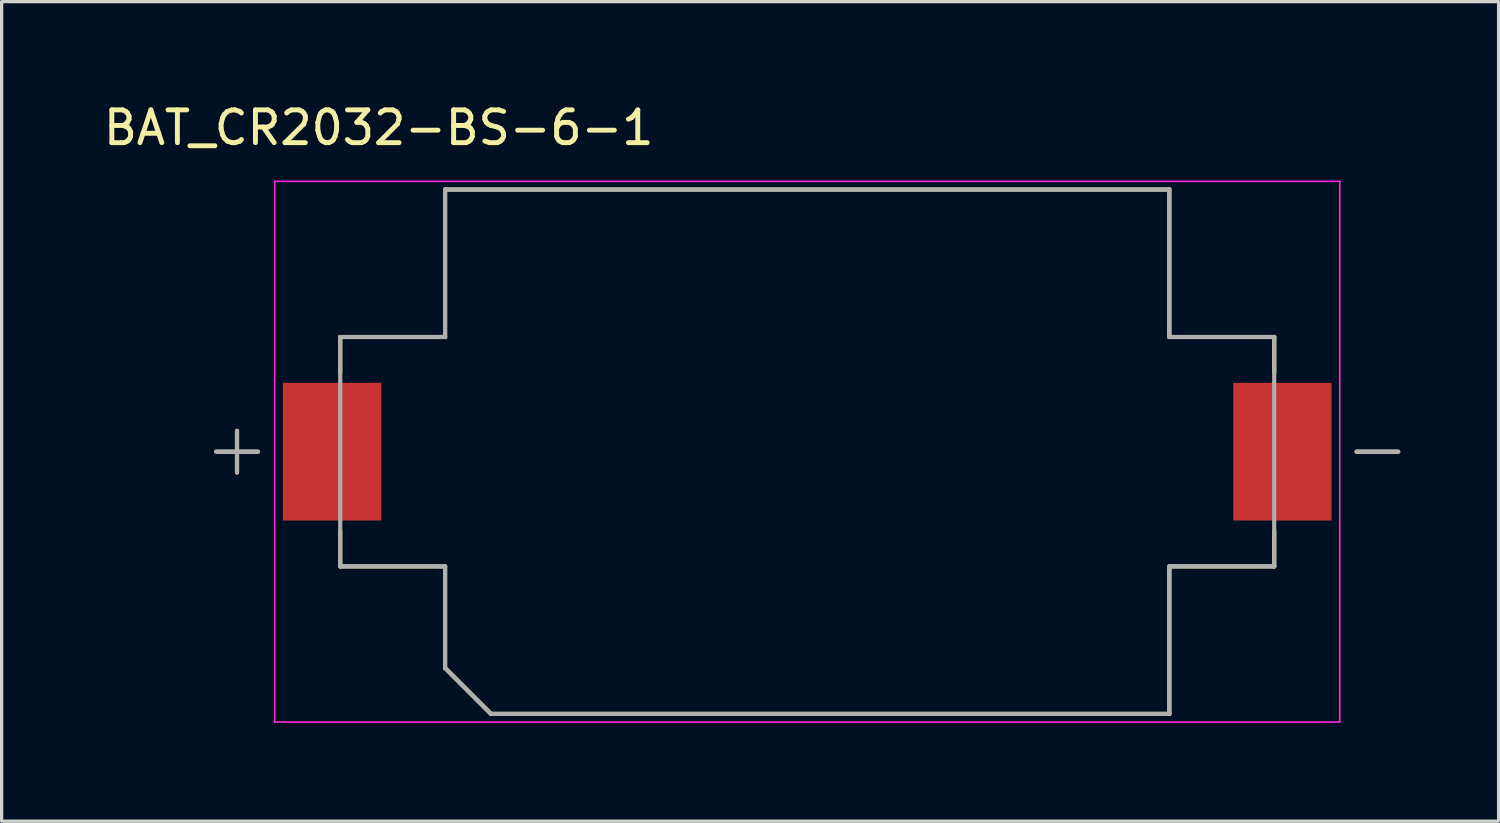
<source format=kicad_pcb>
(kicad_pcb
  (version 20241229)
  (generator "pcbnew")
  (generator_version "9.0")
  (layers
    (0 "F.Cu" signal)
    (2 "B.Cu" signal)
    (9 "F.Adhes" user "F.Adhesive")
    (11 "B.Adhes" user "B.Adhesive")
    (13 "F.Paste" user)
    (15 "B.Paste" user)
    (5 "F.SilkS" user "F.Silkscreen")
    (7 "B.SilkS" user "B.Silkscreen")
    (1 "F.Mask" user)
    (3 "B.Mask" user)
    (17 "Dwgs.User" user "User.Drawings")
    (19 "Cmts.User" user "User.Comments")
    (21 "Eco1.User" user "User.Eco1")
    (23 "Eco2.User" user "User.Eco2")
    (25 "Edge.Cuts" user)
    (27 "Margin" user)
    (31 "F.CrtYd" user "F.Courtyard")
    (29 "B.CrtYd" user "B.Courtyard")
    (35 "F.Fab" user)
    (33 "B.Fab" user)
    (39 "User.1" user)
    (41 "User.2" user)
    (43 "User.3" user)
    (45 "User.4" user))
  (footprint "BAT_CR2032-BS-6-1"
    (layer "F.Cu")
    (at 21.581 10.733)
    (property "Reference" "BAT_CR2032-BS-6-1" (at -13.075 -9.885 0) (layer "F.SilkS") (effects (font (size 1 1) (thickness 0.15))))
    (attr smd)
    (fp_line (start -17.399 0.635) (end -17.399 -0.635) (stroke (width 0.127) (type solid)) (layer "F.SilkS"))
    (fp_line (start -16.764 0) (end -18.034 0) (stroke (width 0.127) (type solid)) (layer "F.SilkS"))
    (fp_line (start -14.25 -3.5) (end -14.25 -2.42) (stroke (width 0.127) (type solid)) (layer "F.SilkS"))
    (fp_line (start -14.25 2.42) (end -14.25 3.5) (stroke (width 0.127) (type solid)) (layer "F.SilkS"))
    (fp_line (start -14.25 3.5) (end -11.05 3.5) (stroke (width 0.127) (type solid)) (layer "F.SilkS"))
    (fp_line (start -11.05 -8) (end 11.05 -8) (stroke (width 0.127) (type solid)) (layer "F.SilkS"))
    (fp_line (start -11.05 -3.5) (end -14.25 -3.5) (stroke (width 0.127) (type solid)) (layer "F.SilkS"))
    (fp_line (start -11.05 -3.5) (end -11.05 -8) (stroke (width 0.127) (type solid)) (layer "F.SilkS"))
    (fp_line (start -11.05 6.6) (end -11.05 3.5) (stroke (width 0.127) (type solid)) (layer "F.SilkS"))
    (fp_line (start -9.65 8) (end -11.05 6.6) (stroke (width 0.127) (type solid)) (layer "F.SilkS"))
    (fp_line (start 11.05 -8) (end 11.05 -3.5) (stroke (width 0.127) (type solid)) (layer "F.SilkS"))
    (fp_line (start 11.05 3.5) (end 11.05 8) (stroke (width 0.127) (type solid)) (layer "F.SilkS"))
    (fp_line (start 11.05 3.5) (end 14.25 3.5) (stroke (width 0.127) (type solid)) (layer "F.SilkS"))
    (fp_line (start 11.05 8) (end -9.65 8) (stroke (width 0.127) (type solid)) (layer "F.SilkS"))
    (fp_line (start 14.25 -3.5) (end 11.05 -3.5) (stroke (width 0.127) (type solid)) (layer "F.SilkS"))
    (fp_line (start 14.25 -3.5) (end 14.25 -2.42) (stroke (width 0.127) (type solid)) (layer "F.SilkS"))
    (fp_line (start 14.25 3.5) (end 14.25 2.42) (stroke (width 0.127) (type solid)) (layer "F.SilkS"))
    (fp_line (start 16.764 0) (end 18.034 0) (stroke (width 0.127) (type solid)) (layer "F.SilkS"))
    (fp_line (start -16.25 -8.25) (end -16.25 8.25) (stroke (width 0.05) (type solid)) (layer "F.CrtYd"))
    (fp_line (start -16.25 8.25) (end 16.25 8.25) (stroke (width 0.05) (type solid)) (layer "F.CrtYd"))
    (fp_line (start 16.25 -8.25) (end -16.25 -8.25) (stroke (width 0.05) (type solid)) (layer "F.CrtYd"))
    (fp_line (start 16.25 8.25) (end 16.25 -8.25) (stroke (width 0.05) (type solid)) (layer "F.CrtYd"))
    (fp_line (start -17.399 0.635) (end -17.399 -0.635) (stroke (width 0.127) (type solid)) (layer "F.Fab"))
    (fp_line (start -16.764 0) (end -18.034 0) (stroke (width 0.127) (type solid)) (layer "F.Fab"))
    (fp_line (start -14.25 -3.5) (end -14.25 3.5) (stroke (width 0.127) (type solid)) (layer "F.Fab"))
    (fp_line (start -14.25 3.5) (end -11.05 3.5) (stroke (width 0.127) (type solid)) (layer "F.Fab"))
    (fp_line (start -11.05 -8) (end 11.05 -8) (stroke (width 0.127) (type solid)) (layer "F.Fab"))
    (fp_line (start -11.05 -3.5) (end -14.25 -3.5) (stroke (width 0.127) (type solid)) (layer "F.Fab"))
    (fp_line (start -11.05 -3.5) (end -11.05 -8) (stroke (width 0.127) (type solid)) (layer "F.Fab"))
    (fp_line (start -11.05 6.6) (end -11.05 3.5) (stroke (width 0.127) (type solid)) (layer "F.Fab"))
    (fp_line (start -9.65 8) (end -11.05 6.6) (stroke (width 0.127) (type solid)) (layer "F.Fab"))
    (fp_line (start 11.05 -8) (end 11.05 -3.5) (stroke (width 0.127) (type solid)) (layer "F.Fab"))
    (fp_line (start 11.05 3.5) (end 11.05 8) (stroke (width 0.127) (type solid)) (layer "F.Fab"))
    (fp_line (start 11.05 3.5) (end 14.25 3.5) (stroke (width 0.127) (type solid)) (layer "F.Fab"))
    (fp_line (start 11.05 8) (end -9.65 8) (stroke (width 0.127) (type solid)) (layer "F.Fab"))
    (fp_line (start 14.25 -3.5) (end 11.05 -3.5) (stroke (width 0.127) (type solid)) (layer "F.Fab"))
    (fp_line (start 14.25 3.5) (end 14.25 -3.5) (stroke (width 0.127) (type solid)) (layer "F.Fab"))
    (fp_line (start 16.764 0) (end 18.034 0) (stroke (width 0.127) (type solid)) (layer "F.Fab"))
    (pad "N" smd rect (at 14.5 0) (size 3 4.2) (layers "F.Cu" "F.Mask" "F.Paste"))
    (pad "P" smd rect (at -14.5 0) (size 3 4.2) (layers "F.Cu" "F.Mask" "F.Paste")))
  (gr_rect
    (start -3 -3)
    (end 42.678 22.008)
    (stroke (width 0.1) (type default))
    (fill no)
    (layer "Edge.Cuts")))
</source>
